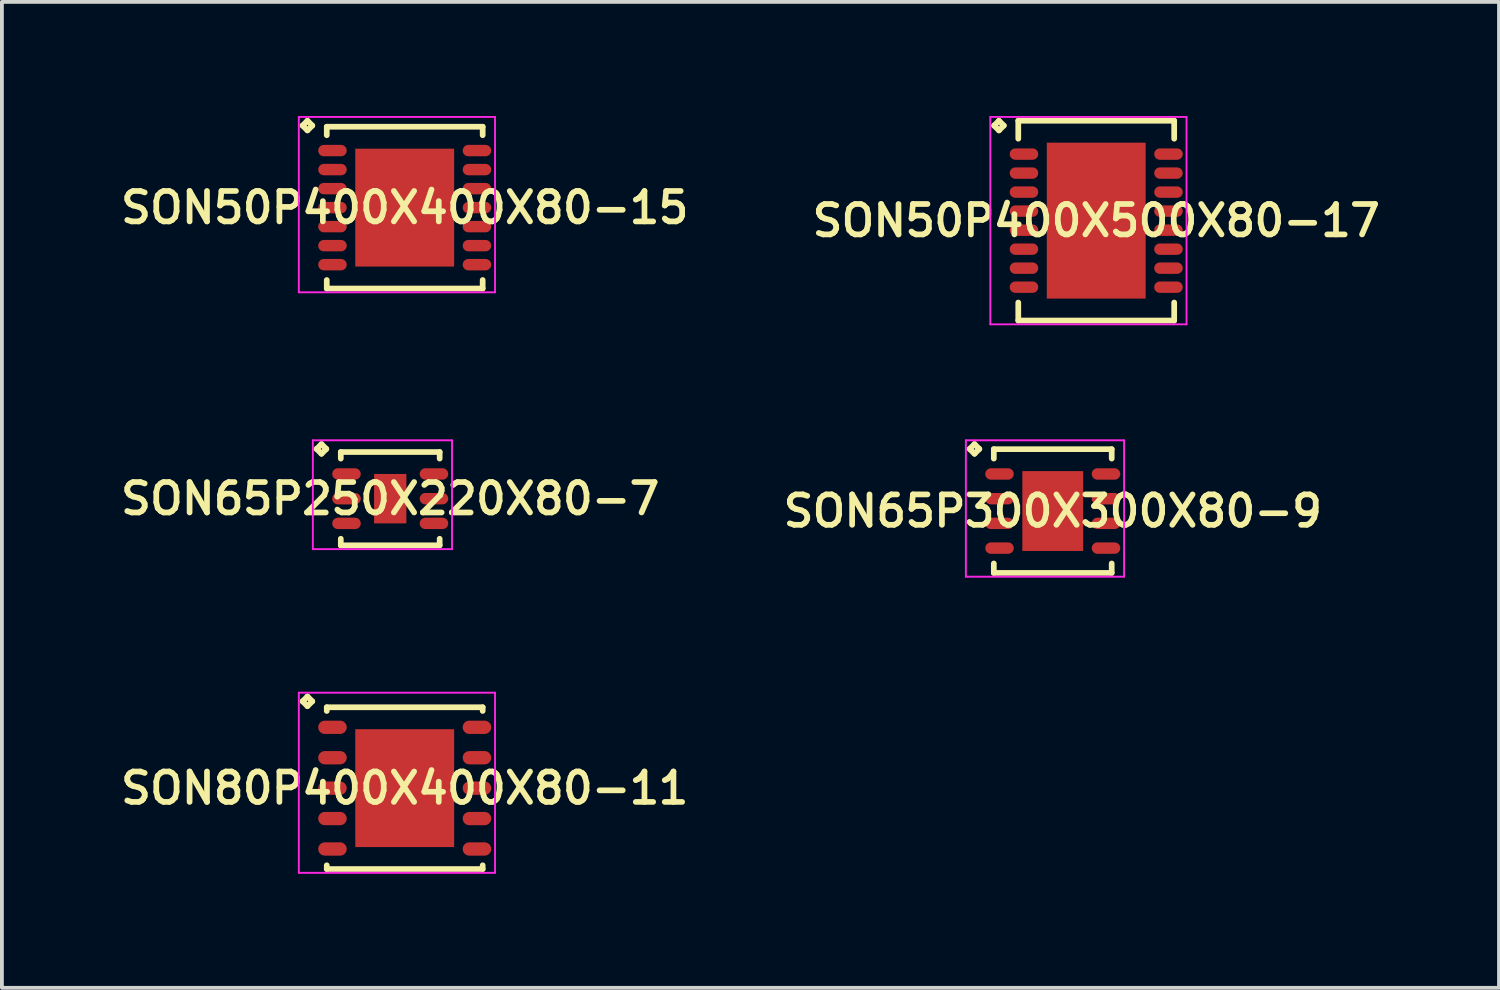
<source format=kicad_pcb>
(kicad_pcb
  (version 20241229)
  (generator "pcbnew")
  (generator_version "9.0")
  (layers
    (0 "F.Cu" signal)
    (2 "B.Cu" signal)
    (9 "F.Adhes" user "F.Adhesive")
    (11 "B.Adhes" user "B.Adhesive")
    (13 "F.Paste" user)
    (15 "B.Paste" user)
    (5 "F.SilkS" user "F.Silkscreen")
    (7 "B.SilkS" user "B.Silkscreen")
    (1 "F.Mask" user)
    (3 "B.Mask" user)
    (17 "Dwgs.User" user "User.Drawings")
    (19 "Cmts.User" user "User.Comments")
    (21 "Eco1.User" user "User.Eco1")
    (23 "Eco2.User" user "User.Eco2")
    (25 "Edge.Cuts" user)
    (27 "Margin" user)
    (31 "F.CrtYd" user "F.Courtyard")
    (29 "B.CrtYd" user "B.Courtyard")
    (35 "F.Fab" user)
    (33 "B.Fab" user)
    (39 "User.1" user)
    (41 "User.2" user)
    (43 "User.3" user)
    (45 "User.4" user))
  (footprint "SON65P250X220X80-7"
    (layer "F.Cu")
    (at 7.212 10.064)
    (property "Reference" "SON65P250X220X80-7" (at 0 0 0) (layer "F.SilkS") (effects (font (size 0.8 0.8) (thickness 0.15))))
    (attr smd)
    (fp_line (start -1.935 -1.308) (end -1.808 -1.435) (stroke (width 0.15) (type solid)) (layer "F.SilkS"))
    (fp_line (start -1.808 -1.435) (end -1.681 -1.308) (stroke (width 0.15) (type solid)) (layer "F.SilkS"))
    (fp_line (start -1.808 -1.181) (end -1.935 -1.308) (stroke (width 0.15) (type solid)) (layer "F.SilkS"))
    (fp_line (start -1.681 -1.308) (end -1.808 -1.181) (stroke (width 0.15) (type solid)) (layer "F.SilkS"))
    (fp_line (start -1.3 -1.227) (end 1.3 -1.227) (stroke (width 0.15) (type solid)) (layer "F.SilkS"))
    (fp_line (start -1.3 -1.054) (end -1.3 -1.227) (stroke (width 0.15) (type solid)) (layer "F.SilkS"))
    (fp_line (start -1.3 1.054) (end -1.3 1.227) (stroke (width 0.15) (type solid)) (layer "F.SilkS"))
    (fp_line (start -1.3 1.227) (end 1.3 1.227) (stroke (width 0.15) (type solid)) (layer "F.SilkS"))
    (fp_line (start 1.3 -1.227) (end 1.3 -1.054) (stroke (width 0.15) (type solid)) (layer "F.SilkS"))
    (fp_line (start 1.3 1.227) (end 1.3 1.054) (stroke (width 0.15) (type solid)) (layer "F.SilkS"))
    (fp_line (start -2.035 -1.535) (end 1.625 -1.535) (stroke (width 0.05) (type solid)) (layer "F.CrtYd"))
    (fp_line (start -2.035 1.327) (end -2.035 -1.535) (stroke (width 0.05) (type solid)) (layer "F.CrtYd"))
    (fp_line (start 1.625 -1.535) (end 1.625 1.327) (stroke (width 0.05) (type solid)) (layer "F.CrtYd"))
    (fp_line (start 1.625 1.327) (end -2.035 1.327) (stroke (width 0.05) (type solid)) (layer "F.CrtYd"))
    (pad "1" smd oval (at -1.15 -0.65) (size 0.75 0.3) (layers "F.Cu" "F.Mask" "F.Paste"))
    (pad "2" smd oval (at -1.15 0) (size 0.75 0.3) (layers "F.Cu" "F.Mask" "F.Paste"))
    (pad "3" smd oval (at -1.15 0.65) (size 0.75 0.3) (layers "F.Cu" "F.Mask" "F.Paste"))
    (pad "4" smd oval (at 1.15 0.65) (size 0.75 0.3) (layers "F.Cu" "F.Mask" "F.Paste"))
    (pad "5" smd oval (at 1.15 0) (size 0.75 0.3) (layers "F.Cu" "F.Mask" "F.Paste"))
    (pad "6" smd oval (at 1.15 -0.65) (size 0.75 0.3) (layers "F.Cu" "F.Mask" "F.Paste"))
    (pad "7" smd rect (at 0 0) (size 0.85 1.3) (layers "F.Cu" "F.Mask" "F.Paste")))
  (footprint "SON50P400X400X80-15"
    (layer "F.Cu")
    (at 7.593 2.41)
    (property "Reference" "SON50P400X400X80-15" (at 0 0 0) (layer "F.SilkS") (effects (font (size 0.8 0.8) (thickness 0.15))))
    (attr smd)
    (fp_line (start -2.685 -2.158) (end -2.558 -2.285) (stroke (width 0.15) (type solid)) (layer "F.SilkS"))
    (fp_line (start -2.558 -2.285) (end -2.431 -2.158) (stroke (width 0.15) (type solid)) (layer "F.SilkS"))
    (fp_line (start -2.558 -2.031) (end -2.685 -2.158) (stroke (width 0.15) (type solid)) (layer "F.SilkS"))
    (fp_line (start -2.431 -2.158) (end -2.558 -2.031) (stroke (width 0.15) (type solid)) (layer "F.SilkS"))
    (fp_line (start -2.05 -2.127) (end 2.05 -2.127) (stroke (width 0.15) (type solid)) (layer "F.SilkS"))
    (fp_line (start -2.05 -1.904) (end -2.05 -2.127) (stroke (width 0.15) (type solid)) (layer "F.SilkS"))
    (fp_line (start -2.05 1.904) (end -2.05 2.127) (stroke (width 0.15) (type solid)) (layer "F.SilkS"))
    (fp_line (start -2.05 2.127) (end 2.05 2.127) (stroke (width 0.15) (type solid)) (layer "F.SilkS"))
    (fp_line (start 2.05 -2.127) (end 2.05 -1.904) (stroke (width 0.15) (type solid)) (layer "F.SilkS"))
    (fp_line (start 2.05 2.127) (end 2.05 1.904) (stroke (width 0.15) (type solid)) (layer "F.SilkS"))
    (fp_line (start -2.785 -2.385) (end 2.375 -2.385) (stroke (width 0.05) (type solid)) (layer "F.CrtYd"))
    (fp_line (start -2.785 2.227) (end -2.785 -2.385) (stroke (width 0.05) (type solid)) (layer "F.CrtYd"))
    (fp_line (start 2.375 -2.385) (end 2.375 2.227) (stroke (width 0.05) (type solid)) (layer "F.CrtYd"))
    (fp_line (start 2.375 2.227) (end -2.785 2.227) (stroke (width 0.05) (type solid)) (layer "F.CrtYd"))
    (pad "1" smd oval (at -1.9 -1.5) (size 0.75 0.3) (layers "F.Cu" "F.Mask" "F.Paste"))
    (pad "2" smd oval (at -1.9 -1) (size 0.75 0.3) (layers "F.Cu" "F.Mask" "F.Paste"))
    (pad "3" smd oval (at -1.9 -0.5) (size 0.75 0.3) (layers "F.Cu" "F.Mask" "F.Paste"))
    (pad "4" smd oval (at -1.9 0) (size 0.75 0.3) (layers "F.Cu" "F.Mask" "F.Paste"))
    (pad "5" smd oval (at -1.9 0.5) (size 0.75 0.3) (layers "F.Cu" "F.Mask" "F.Paste"))
    (pad "6" smd oval (at -1.9 1) (size 0.75 0.3) (layers "F.Cu" "F.Mask" "F.Paste"))
    (pad "7" smd oval (at -1.9 1.5) (size 0.75 0.3) (layers "F.Cu" "F.Mask" "F.Paste"))
    (pad "8" smd oval (at 1.9 1.5) (size 0.75 0.3) (layers "F.Cu" "F.Mask" "F.Paste"))
    (pad "9" smd oval (at 1.9 1) (size 0.75 0.3) (layers "F.Cu" "F.Mask" "F.Paste"))
    (pad "10" smd oval (at 1.9 0.5) (size 0.75 0.3) (layers "F.Cu" "F.Mask" "F.Paste"))
    (pad "11" smd oval (at 1.9 0) (size 0.75 0.3) (layers "F.Cu" "F.Mask" "F.Paste"))
    (pad "12" smd oval (at 1.9 -0.5) (size 0.75 0.3) (layers "F.Cu" "F.Mask" "F.Paste"))
    (pad "13" smd oval (at 1.9 -1) (size 0.75 0.3) (layers "F.Cu" "F.Mask" "F.Paste"))
    (pad "14" smd oval (at 1.9 -1.5) (size 0.75 0.3) (layers "F.Cu" "F.Mask" "F.Paste"))
    (pad "15" smd rect (at 0 0) (size 2.6 3.1) (layers "F.Cu" "F.Mask" "F.Paste")))
  (footprint "SON50P400X500X80-17"
    (layer "F.Cu")
    (at 25.778 2.752)
    (property "Reference" "SON50P400X500X80-17" (at 0 0 0) (layer "F.SilkS") (effects (font (size 0.8 0.8) (thickness 0.15))))
    (attr smd)
    (fp_line (start -2.685 -2.5) (end -2.558 -2.627) (stroke (width 0.15) (type solid)) (layer "F.SilkS"))
    (fp_line (start -2.558 -2.627) (end -2.431 -2.5) (stroke (width 0.15) (type solid)) (layer "F.SilkS"))
    (fp_line (start -2.558 -2.373) (end -2.685 -2.5) (stroke (width 0.15) (type solid)) (layer "F.SilkS"))
    (fp_line (start -2.431 -2.5) (end -2.558 -2.373) (stroke (width 0.15) (type solid)) (layer "F.SilkS"))
    (fp_line (start -2.05 -2.627) (end 2.05 -2.627) (stroke (width 0.15) (type solid)) (layer "F.SilkS"))
    (fp_line (start -2.05 -2.154) (end -2.05 -2.627) (stroke (width 0.15) (type solid)) (layer "F.SilkS"))
    (fp_line (start -2.05 2.154) (end -2.05 2.627) (stroke (width 0.15) (type solid)) (layer "F.SilkS"))
    (fp_line (start -2.05 2.627) (end 2.05 2.627) (stroke (width 0.15) (type solid)) (layer "F.SilkS"))
    (fp_line (start 2.05 -2.627) (end 2.05 -2.154) (stroke (width 0.15) (type solid)) (layer "F.SilkS"))
    (fp_line (start 2.05 2.627) (end 2.05 2.154) (stroke (width 0.15) (type solid)) (layer "F.SilkS"))
    (fp_line (start -2.785 -2.727) (end 2.375 -2.727) (stroke (width 0.05) (type solid)) (layer "F.CrtYd"))
    (fp_line (start -2.785 2.727) (end -2.785 -2.727) (stroke (width 0.05) (type solid)) (layer "F.CrtYd"))
    (fp_line (start 2.375 -2.727) (end 2.375 2.727) (stroke (width 0.05) (type solid)) (layer "F.CrtYd"))
    (fp_line (start 2.375 2.727) (end -2.785 2.727) (stroke (width 0.05) (type solid)) (layer "F.CrtYd"))
    (pad "1" smd oval (at -1.9 -1.75) (size 0.75 0.3) (layers "F.Cu" "F.Mask" "F.Paste"))
    (pad "2" smd oval (at -1.9 -1.25) (size 0.75 0.3) (layers "F.Cu" "F.Mask" "F.Paste"))
    (pad "3" smd oval (at -1.9 -0.75) (size 0.75 0.3) (layers "F.Cu" "F.Mask" "F.Paste"))
    (pad "4" smd oval (at -1.9 -0.25) (size 0.75 0.3) (layers "F.Cu" "F.Mask" "F.Paste"))
    (pad "5" smd oval (at -1.9 0.25) (size 0.75 0.3) (layers "F.Cu" "F.Mask" "F.Paste"))
    (pad "6" smd oval (at -1.9 0.75) (size 0.75 0.3) (layers "F.Cu" "F.Mask" "F.Paste"))
    (pad "7" smd oval (at -1.9 1.25) (size 0.75 0.3) (layers "F.Cu" "F.Mask" "F.Paste"))
    (pad "8" smd oval (at -1.9 1.75) (size 0.75 0.3) (layers "F.Cu" "F.Mask" "F.Paste"))
    (pad "9" smd oval (at 1.9 1.75) (size 0.75 0.3) (layers "F.Cu" "F.Mask" "F.Paste"))
    (pad "10" smd oval (at 1.9 1.25) (size 0.75 0.3) (layers "F.Cu" "F.Mask" "F.Paste"))
    (pad "11" smd oval (at 1.9 0.75) (size 0.75 0.3) (layers "F.Cu" "F.Mask" "F.Paste"))
    (pad "12" smd oval (at 1.9 0.25) (size 0.75 0.3) (layers "F.Cu" "F.Mask" "F.Paste"))
    (pad "13" smd oval (at 1.9 -0.25) (size 0.75 0.3) (layers "F.Cu" "F.Mask" "F.Paste"))
    (pad "14" smd oval (at 1.9 -0.75) (size 0.75 0.3) (layers "F.Cu" "F.Mask" "F.Paste"))
    (pad "15" smd oval (at 1.9 -1.25) (size 0.75 0.3) (layers "F.Cu" "F.Mask" "F.Paste"))
    (pad "16" smd oval (at 1.9 -1.75) (size 0.75 0.3) (layers "F.Cu" "F.Mask" "F.Paste"))
    (pad "17" smd rect (at 0 0) (size 2.6 4.1) (layers "F.Cu" "F.Mask" "F.Paste")))
  (footprint "SON65P300X300X80-9"
    (layer "F.Cu")
    (at 24.635 10.389)
    (property "Reference" "SON65P300X300X80-9" (at 0 0 0) (layer "F.SilkS") (effects (font (size 0.8 0.8) (thickness 0.15))))
    (attr smd)
    (fp_line (start -2.185 -1.633) (end -2.058 -1.76) (stroke (width 0.15) (type solid)) (layer "F.SilkS"))
    (fp_line (start -2.058 -1.76) (end -1.931 -1.633) (stroke (width 0.15) (type solid)) (layer "F.SilkS"))
    (fp_line (start -2.058 -1.506) (end -2.185 -1.633) (stroke (width 0.15) (type solid)) (layer "F.SilkS"))
    (fp_line (start -1.931 -1.633) (end -2.058 -1.506) (stroke (width 0.15) (type solid)) (layer "F.SilkS"))
    (fp_line (start -1.55 -1.627) (end 1.55 -1.627) (stroke (width 0.15) (type solid)) (layer "F.SilkS"))
    (fp_line (start -1.55 -1.379) (end -1.55 -1.627) (stroke (width 0.15) (type solid)) (layer "F.SilkS"))
    (fp_line (start -1.55 1.379) (end -1.55 1.627) (stroke (width 0.15) (type solid)) (layer "F.SilkS"))
    (fp_line (start -1.55 1.627) (end 1.55 1.627) (stroke (width 0.15) (type solid)) (layer "F.SilkS"))
    (fp_line (start 1.55 -1.627) (end 1.55 -1.379) (stroke (width 0.15) (type solid)) (layer "F.SilkS"))
    (fp_line (start 1.55 1.627) (end 1.55 1.379) (stroke (width 0.15) (type solid)) (layer "F.SilkS"))
    (fp_line (start -2.285 -1.86) (end 1.875 -1.86) (stroke (width 0.05) (type solid)) (layer "F.CrtYd"))
    (fp_line (start -2.285 1.727) (end -2.285 -1.86) (stroke (width 0.05) (type solid)) (layer "F.CrtYd"))
    (fp_line (start 1.875 -1.86) (end 1.875 1.727) (stroke (width 0.05) (type solid)) (layer "F.CrtYd"))
    (fp_line (start 1.875 1.727) (end -2.285 1.727) (stroke (width 0.05) (type solid)) (layer "F.CrtYd"))
    (pad "1" smd oval (at -1.4 -0.975) (size 0.75 0.3) (layers "F.Cu" "F.Mask" "F.Paste"))
    (pad "2" smd oval (at -1.4 -0.325) (size 0.75 0.3) (layers "F.Cu" "F.Mask" "F.Paste"))
    (pad "3" smd oval (at -1.4 0.325) (size 0.75 0.3) (layers "F.Cu" "F.Mask" "F.Paste"))
    (pad "4" smd oval (at -1.4 0.975) (size 0.75 0.3) (layers "F.Cu" "F.Mask" "F.Paste"))
    (pad "5" smd oval (at 1.4 0.975) (size 0.75 0.3) (layers "F.Cu" "F.Mask" "F.Paste"))
    (pad "6" smd oval (at 1.4 0.325) (size 0.75 0.3) (layers "F.Cu" "F.Mask" "F.Paste"))
    (pad "7" smd oval (at 1.4 -0.325) (size 0.75 0.3) (layers "F.Cu" "F.Mask" "F.Paste"))
    (pad "8" smd oval (at 1.4 -0.975) (size 0.75 0.3) (layers "F.Cu" "F.Mask" "F.Paste"))
    (pad "9" smd rect (at 0 0) (size 1.6 2.1) (layers "F.Cu" "F.Mask" "F.Paste")))
  (footprint "SON80P400X400X80-11"
    (layer "F.Cu")
    (at 7.593 17.676)
    (property "Reference" "SON80P400X400X80-11" (at 0 0 0) (layer "F.SilkS") (effects (font (size 0.8 0.8) (thickness 0.15))))
    (attr smd)
    (fp_line (start -2.685 -2.283) (end -2.558 -2.41) (stroke (width 0.15) (type solid)) (layer "F.SilkS"))
    (fp_line (start -2.558 -2.41) (end -2.431 -2.283) (stroke (width 0.15) (type solid)) (layer "F.SilkS"))
    (fp_line (start -2.558 -2.156) (end -2.685 -2.283) (stroke (width 0.15) (type solid)) (layer "F.SilkS"))
    (fp_line (start -2.431 -2.283) (end -2.558 -2.156) (stroke (width 0.15) (type solid)) (layer "F.SilkS"))
    (fp_line (start -2.05 -2.127) (end 2.05 -2.127) (stroke (width 0.15) (type solid)) (layer "F.SilkS"))
    (fp_line (start -2.05 -2.029) (end -2.05 -2.127) (stroke (width 0.15) (type solid)) (layer "F.SilkS"))
    (fp_line (start -2.05 2.029) (end -2.05 2.127) (stroke (width 0.15) (type solid)) (layer "F.SilkS"))
    (fp_line (start -2.05 2.127) (end 2.05 2.127) (stroke (width 0.15) (type solid)) (layer "F.SilkS"))
    (fp_line (start 2.05 -2.127) (end 2.05 -2.029) (stroke (width 0.15) (type solid)) (layer "F.SilkS"))
    (fp_line (start 2.05 2.127) (end 2.05 2.029) (stroke (width 0.15) (type solid)) (layer "F.SilkS"))
    (fp_line (start -2.785 -2.51) (end 2.375 -2.51) (stroke (width 0.05) (type solid)) (layer "F.CrtYd"))
    (fp_line (start -2.785 2.227) (end -2.785 -2.51) (stroke (width 0.05) (type solid)) (layer "F.CrtYd"))
    (fp_line (start 2.375 -2.51) (end 2.375 2.227) (stroke (width 0.05) (type solid)) (layer "F.CrtYd"))
    (fp_line (start 2.375 2.227) (end -2.785 2.227) (stroke (width 0.05) (type solid)) (layer "F.CrtYd"))
    (pad "1" smd oval (at -1.9 -1.6) (size 0.75 0.35) (layers "F.Cu" "F.Mask" "F.Paste"))
    (pad "2" smd oval (at -1.9 -0.8) (size 0.75 0.35) (layers "F.Cu" "F.Mask" "F.Paste"))
    (pad "3" smd oval (at -1.9 0) (size 0.75 0.35) (layers "F.Cu" "F.Mask" "F.Paste"))
    (pad "4" smd oval (at -1.9 0.8) (size 0.75 0.35) (layers "F.Cu" "F.Mask" "F.Paste"))
    (pad "5" smd oval (at -1.9 1.6) (size 0.75 0.35) (layers "F.Cu" "F.Mask" "F.Paste"))
    (pad "6" smd oval (at 1.9 1.6) (size 0.75 0.35) (layers "F.Cu" "F.Mask" "F.Paste"))
    (pad "7" smd oval (at 1.9 0.8) (size 0.75 0.35) (layers "F.Cu" "F.Mask" "F.Paste"))
    (pad "8" smd oval (at 1.9 0) (size 0.75 0.35) (layers "F.Cu" "F.Mask" "F.Paste"))
    (pad "9" smd oval (at 1.9 -0.8) (size 0.75 0.35) (layers "F.Cu" "F.Mask" "F.Paste"))
    (pad "10" smd oval (at 1.9 -1.6) (size 0.75 0.35) (layers "F.Cu" "F.Mask" "F.Paste"))
    (pad "11" smd rect (at 0 0) (size 2.6 3.1) (layers "F.Cu" "F.Mask" "F.Paste")))
  (gr_rect
    (start -3 -3)
    (end 36.37 22.928)
    (stroke (width 0.1) (type default))
    (fill no)
    (layer "Edge.Cuts")))
</source>
